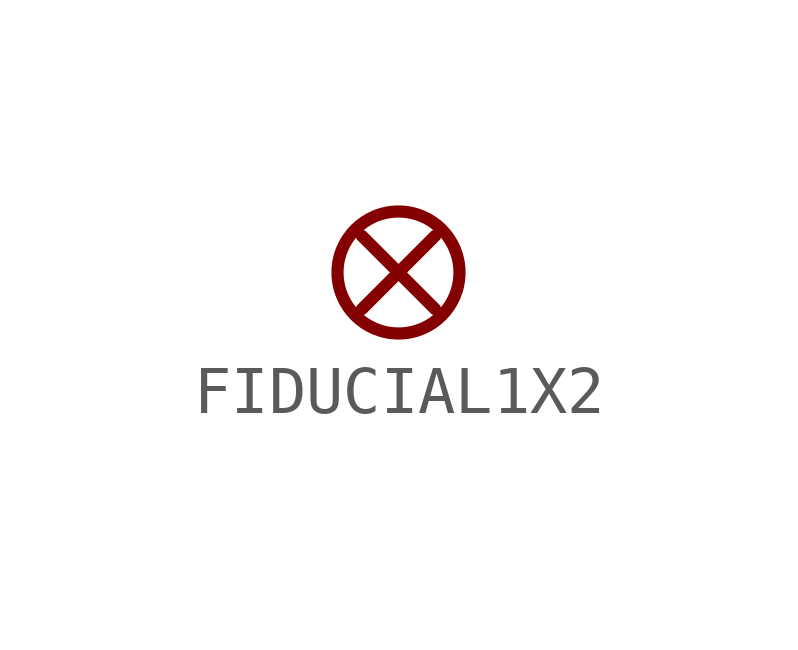
<source format=kicad_sym>
(kicad_symbol_lib
  (version 20211014)
  (generator kicad_symbol_editor)
  (symbol "FIDUCIAL1X2"
    (property "Reference" "FID"
      (at 0 0 0)
      (effects (font (size 1.27 1.27)) hide))
    (property "ki_locked" ""
      (at 0 0 0)
      (effects (font (size 1.27 1.27))))
    (symbol "FIDUCIAL1X2_1_0"
      (polyline (pts (xy -0.762 0.762) (xy 0.762 -0.762)) (stroke (width 0.254) (type default) (color 0 0 0 0)) (fill (type none)))
      (polyline (pts (xy 0.762 0.762) (xy -0.762 -0.762)) (stroke (width 0.254) (type default) (color 0 0 0 0)) (fill (type none)))
      (circle (center 0 0) (radius 1.27) (stroke (width 0.254) (type default) (color 0 0 0 0)) (fill (type none))))))
</source>
